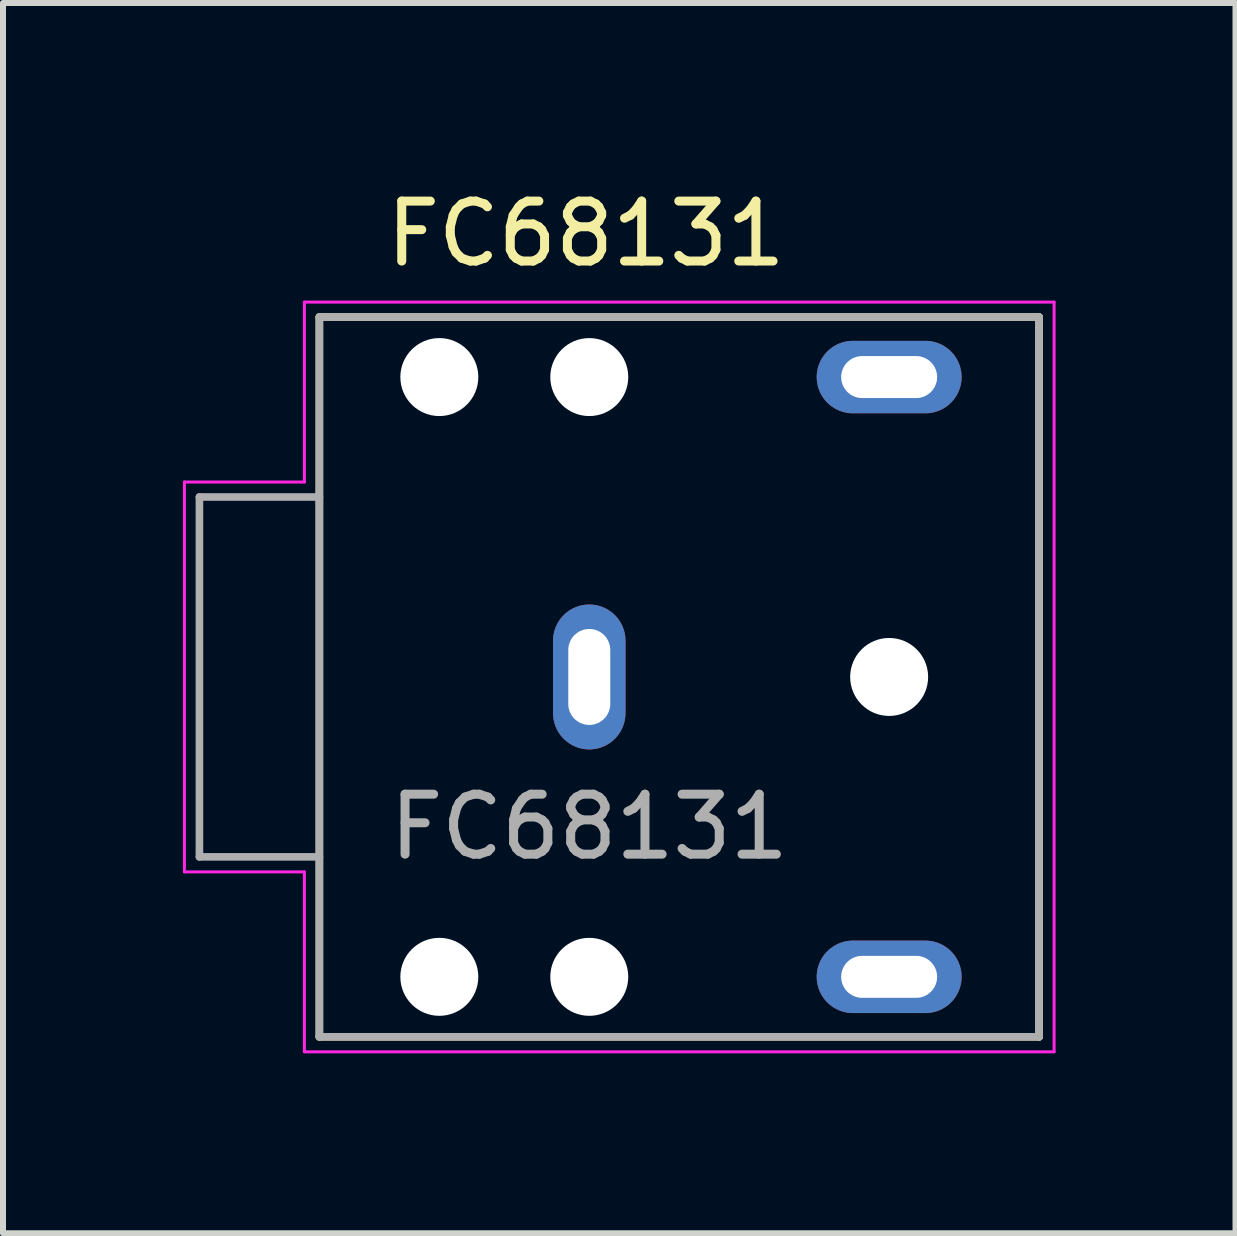
<source format=kicad_pcb>
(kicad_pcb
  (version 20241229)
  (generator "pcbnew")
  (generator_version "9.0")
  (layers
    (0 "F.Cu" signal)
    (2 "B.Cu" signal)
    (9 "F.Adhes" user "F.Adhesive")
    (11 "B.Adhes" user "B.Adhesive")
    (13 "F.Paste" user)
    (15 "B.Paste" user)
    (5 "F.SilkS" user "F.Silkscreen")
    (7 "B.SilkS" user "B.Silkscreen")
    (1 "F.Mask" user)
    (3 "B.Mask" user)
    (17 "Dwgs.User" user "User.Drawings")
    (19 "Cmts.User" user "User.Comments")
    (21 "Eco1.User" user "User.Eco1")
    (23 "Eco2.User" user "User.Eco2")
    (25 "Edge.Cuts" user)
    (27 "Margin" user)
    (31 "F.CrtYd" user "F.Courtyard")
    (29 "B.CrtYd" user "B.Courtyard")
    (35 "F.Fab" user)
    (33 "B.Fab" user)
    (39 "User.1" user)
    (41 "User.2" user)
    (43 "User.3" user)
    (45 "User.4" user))
  (footprint "FC68131"
    (layer "F.Cu")
    (at 6.775 8.237)
    (property "Reference" "FC68131" (at -0.055 -7.389 0) (layer "F.SilkS") (effects (font (size 1 1) (thickness 0.15))))
    (attr through_hole)
    (fp_line (start -4.5 -6) (end 7.5 -6) (stroke (width 0.127) (type solid)) (layer "F.SilkS"))
    (fp_line (start -4.5 6) (end -4.5 -6) (stroke (width 0.127) (type solid)) (layer "F.SilkS"))
    (fp_line (start 7.5 -6) (end 7.5 6) (stroke (width 0.127) (type solid)) (layer "F.SilkS"))
    (fp_line (start 7.5 6) (end -4.5 6) (stroke (width 0.127) (type solid)) (layer "F.SilkS"))
    (fp_line (start -6.75 -3.25) (end -6.75 3.25) (stroke (width 0.05) (type solid)) (layer "F.CrtYd"))
    (fp_line (start -6.75 3.25) (end -4.75 3.25) (stroke (width 0.05) (type solid)) (layer "F.CrtYd"))
    (fp_line (start -4.75 -6.25) (end -4.75 -3.25) (stroke (width 0.05) (type solid)) (layer "F.CrtYd"))
    (fp_line (start -4.75 -3.25) (end -6.75 -3.25) (stroke (width 0.05) (type solid)) (layer "F.CrtYd"))
    (fp_line (start -4.75 3.25) (end -4.75 6.25) (stroke (width 0.05) (type solid)) (layer "F.CrtYd"))
    (fp_line (start -4.75 6.25) (end 7.75 6.25) (stroke (width 0.05) (type solid)) (layer "F.CrtYd"))
    (fp_line (start 7.75 -6.25) (end -4.75 -6.25) (stroke (width 0.05) (type solid)) (layer "F.CrtYd"))
    (fp_line (start 7.75 6.25) (end 7.75 -6.25) (stroke (width 0.05) (type solid)) (layer "F.CrtYd"))
    (fp_line (start -6.5 -3) (end -6.5 3) (stroke (width 0.127) (type solid)) (layer "F.Fab"))
    (fp_line (start -6.5 3) (end -4.5 3) (stroke (width 0.127) (type solid)) (layer "F.Fab"))
    (fp_line (start -4.5 -6) (end 7.5 -6) (stroke (width 0.127) (type solid)) (layer "F.Fab"))
    (fp_line (start -4.5 -3) (end -6.5 -3) (stroke (width 0.127) (type solid)) (layer "F.Fab"))
    (fp_line (start -4.5 -3) (end -4.5 -6) (stroke (width 0.127) (type solid)) (layer "F.Fab"))
    (fp_line (start -4.5 3) (end -4.5 -3) (stroke (width 0.127) (type solid)) (layer "F.Fab"))
    (fp_line (start -4.5 6) (end -4.5 3) (stroke (width 0.127) (type solid)) (layer "F.Fab"))
    (fp_line (start 7.5 -6) (end 7.5 6) (stroke (width 0.127) (type solid)) (layer "F.Fab"))
    (fp_line (start 7.5 6) (end -4.5 6) (stroke (width 0.127) (type solid)) (layer "F.Fab"))
    (fp_text user "${REFERENCE}" (at 0 2.5 0) (unlocked yes) (layer "F.Fab") (effects (font (size 1 1) (thickness 0.15))))
    (pad "" np_thru_hole circle (at -2.5 -5) (size 1.3 1.3) (drill 1.3) (layers "*.Cu" "*.Mask"))
    (pad "" np_thru_hole circle (at -2.5 5) (size 1.3 1.3) (drill 1.3) (layers "*.Cu" "*.Mask"))
    (pad "" np_thru_hole circle (at 0 -5) (size 1.3 1.3) (drill 1.3) (layers "*.Cu" "*.Mask"))
    (pad "" np_thru_hole circle (at 0 5) (size 1.3 1.3) (drill 1.3) (layers "*.Cu" "*.Mask"))
    (pad "" np_thru_hole circle (at 5 0) (size 1.3 1.3) (drill 1.3) (layers "*.Cu" "*.Mask"))
    (pad "1" thru_hole oval (at 0 0) (size 1.208 2.416) (drill oval 0.7 1.6) (layers "*.Cu" "*.Mask"))
    (pad "2" thru_hole oval (at 5 -5) (size 2.416 1.208) (drill oval 1.6 0.7) (layers "*.Cu" "*.Mask"))
    (pad "5" thru_hole oval (at 5 5) (size 2.416 1.208) (drill oval 1.6 0.7) (layers "*.Cu" "*.Mask")))
  (gr_rect
    (start -3 -3)
    (end 17.55 17.512)
    (stroke (width 0.1) (type default))
    (fill no)
    (layer "Edge.Cuts")))
</source>
